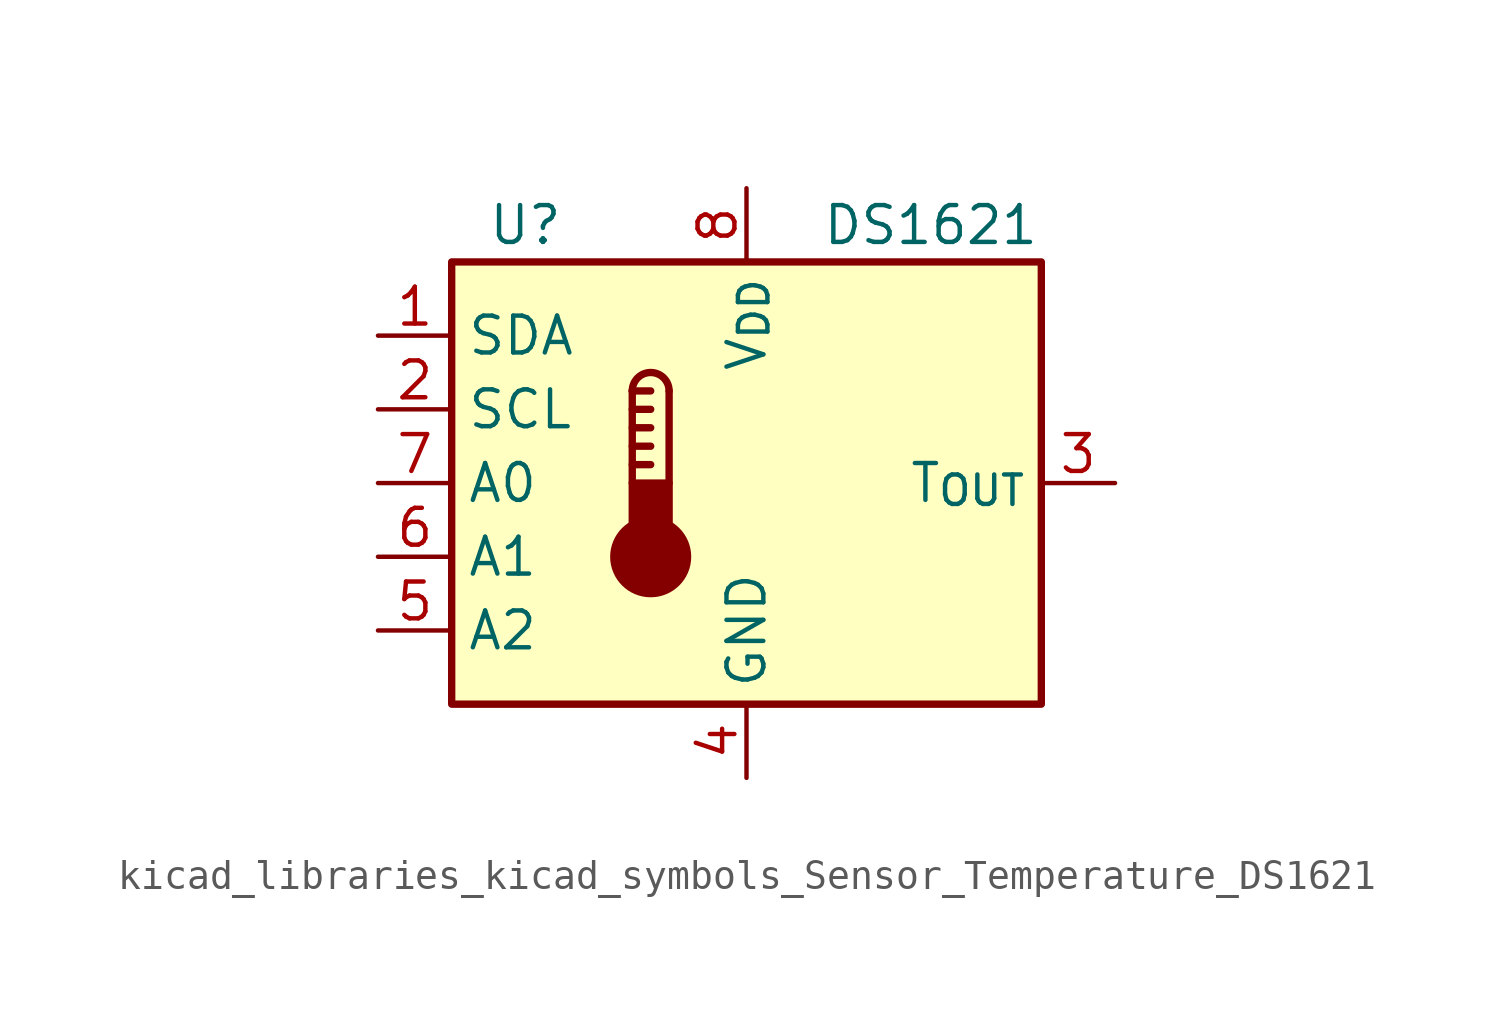
<source format=kicad_sym>
(kicad_symbol_lib
  (version 20220914)
  (generator kicad_symbol_editor)
  (symbol "kicad_libraries_kicad_symbols_Sensor_Temperature_DS1621"
    (property "Reference" "U"
      (at -7.62 8.89 0)
      (effects (font (size 1.27 1.27))))
    (property "Value" "DS1621"
      (at 6.35 8.89 0)
      (effects (font (size 1.27 1.27))))
    (symbol "kicad_libraries_kicad_symbols_Sensor_Temperature_DS1621_0_1"
      (rectangle (start -10.16 7.62) (end 10.16 -7.62) (stroke (width 0.254) (type default)) (fill (type background)))
      (circle (center -3.302 -2.54) (radius 1.27) (stroke (width 0.254) (type default)) (fill (type outline)))
      (rectangle (start -2.667 -1.905) (end -3.937 0) (stroke (width 0.254) (type default)) (fill (type outline)))
      (arc (start -2.667 3.175) (mid -3.302 3.8073) (end -3.937 3.175) (stroke (width 0.254) (type default)) (fill (type none)))
      (polyline (pts (xy -3.937 0.635) (xy -3.302 0.635)) (stroke (width 0.254) (type default)) (fill (type none)))
      (polyline (pts (xy -3.937 1.27) (xy -3.302 1.27)) (stroke (width 0.254) (type default)) (fill (type none)))
      (polyline (pts (xy -3.937 1.905) (xy -3.302 1.905)) (stroke (width 0.254) (type default)) (fill (type none)))
      (polyline (pts (xy -3.937 2.54) (xy -3.302 2.54)) (stroke (width 0.254) (type default)) (fill (type none)))
      (polyline (pts (xy -3.937 3.175) (xy -3.937 0)) (stroke (width 0.254) (type default)) (fill (type none)))
      (polyline (pts (xy -3.937 3.175) (xy -3.302 3.175)) (stroke (width 0.254) (type default)) (fill (type none)))
      (polyline (pts (xy -2.667 3.175) (xy -2.667 0)) (stroke (width 0.254) (type default)) (fill (type none))))
    (symbol "kicad_libraries_kicad_symbols_Sensor_Temperature_DS1621_1_1"
      (pin bidirectional line (at -12.7 5.08 0) (length 2.54) (name "SDA" (effects (font (size 1.27 1.27)))) (number "1" (effects (font (size 1.27 1.27)))))
      (pin input line (at -12.7 2.54 0) (length 2.54) (name "SCL" (effects (font (size 1.27 1.27)))) (number "2" (effects (font (size 1.27 1.27)))))
      (pin output line (at 12.7 0 180) (length 2.54) (name "T_{OUT}" (effects (font (size 1.27 1.27)))) (number "3" (effects (font (size 1.27 1.27)))))
      (pin power_in line (at 0 -10.16 90) (length 2.54) (name "GND" (effects (font (size 1.27 1.27)))) (number "4" (effects (font (size 1.27 1.27)))))
      (pin input line (at -12.7 -5.08 0) (length 2.54) (name "A2" (effects (font (size 1.27 1.27)))) (number "5" (effects (font (size 1.27 1.27)))))
      (pin input line (at -12.7 -2.54 0) (length 2.54) (name "A1" (effects (font (size 1.27 1.27)))) (number "6" (effects (font (size 1.27 1.27)))))
      (pin input line (at -12.7 0 0) (length 2.54) (name "A0" (effects (font (size 1.27 1.27)))) (number "7" (effects (font (size 1.27 1.27)))))
      (pin power_in line (at 0 10.16 270) (length 2.54) (name "V_{DD}" (effects (font (size 1.27 1.27)))) (number "8" (effects (font (size 1.27 1.27))))))))
</source>
